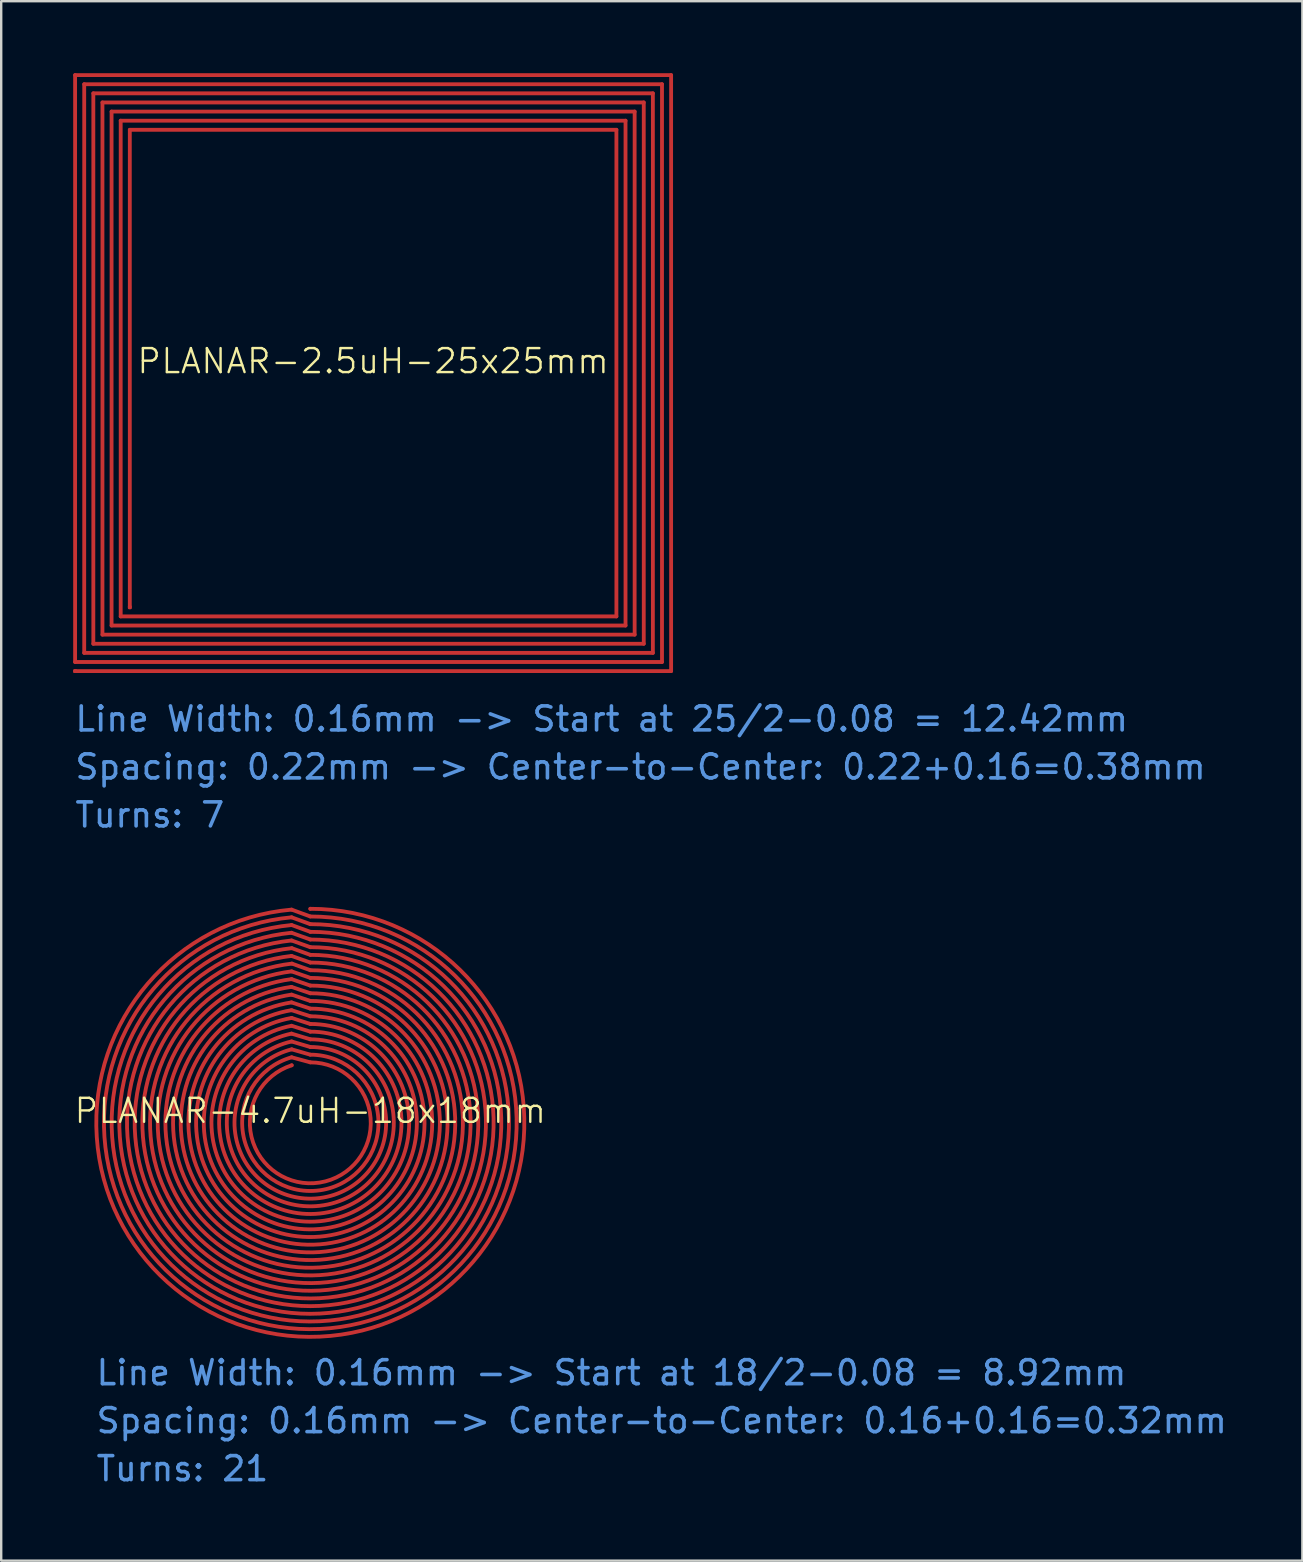
<source format=kicad_pcb>
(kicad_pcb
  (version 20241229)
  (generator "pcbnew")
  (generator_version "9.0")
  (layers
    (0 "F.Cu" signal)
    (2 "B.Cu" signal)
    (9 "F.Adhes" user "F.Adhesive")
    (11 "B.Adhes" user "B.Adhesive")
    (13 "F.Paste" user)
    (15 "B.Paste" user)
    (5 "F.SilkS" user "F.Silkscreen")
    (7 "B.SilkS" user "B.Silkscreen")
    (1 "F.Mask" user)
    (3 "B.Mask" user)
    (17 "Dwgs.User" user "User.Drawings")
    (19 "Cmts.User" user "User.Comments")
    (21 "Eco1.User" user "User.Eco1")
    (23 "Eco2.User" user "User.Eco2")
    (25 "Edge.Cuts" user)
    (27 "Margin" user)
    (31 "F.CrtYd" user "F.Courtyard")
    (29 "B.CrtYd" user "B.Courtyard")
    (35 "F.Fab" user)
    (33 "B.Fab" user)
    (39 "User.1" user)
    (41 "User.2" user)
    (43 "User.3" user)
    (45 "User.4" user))
  (footprint "PLANAR-2.5uH-25x25mm"
    (layer "F.Cu")
    (at 12.5 12.5)
    (property "Reference" "PLANAR-2.5uH-25x25mm" (at 0 -0.5 0) (unlocked yes) (layer "F.SilkS") (effects (font (size 1 1) (thickness 0.1))))
    (attr smd)
    (fp_line (start -12.42 -12.42) (end -12.42 12.04) (stroke (width 0.16) (type default)) (layer "F.Cu"))
    (fp_line (start -12.42 12.04) (end 12.04 12.04) (stroke (width 0.16) (type default)) (layer "F.Cu"))
    (fp_line (start -12.42 12.42) (end 12.42 12.42) (stroke (width 0.16) (type default)) (layer "F.Cu"))
    (fp_line (start -12.04 -12.04) (end -12.04 11.66) (stroke (width 0.16) (type default)) (layer "F.Cu"))
    (fp_line (start -12.04 11.66) (end 11.66 11.66) (stroke (width 0.16) (type default)) (layer "F.Cu"))
    (fp_line (start -11.66 -11.66) (end -11.66 11.28) (stroke (width 0.16) (type default)) (layer "F.Cu"))
    (fp_line (start -11.66 11.28) (end 11.28 11.28) (stroke (width 0.16) (type default)) (layer "F.Cu"))
    (fp_line (start -11.28 -11.28) (end -11.28 10.9) (stroke (width 0.16) (type default)) (layer "F.Cu"))
    (fp_line (start -11.28 10.9) (end 10.9 10.9) (stroke (width 0.16) (type default)) (layer "F.Cu"))
    (fp_line (start -10.9 -10.9) (end -10.9 10.52) (stroke (width 0.16) (type default)) (layer "F.Cu"))
    (fp_line (start -10.9 10.52) (end 10.52 10.52) (stroke (width 0.16) (type default)) (layer "F.Cu"))
    (fp_line (start -10.52 -10.52) (end -10.52 10.14) (stroke (width 0.16) (type default)) (layer "F.Cu"))
    (fp_line (start -10.52 10.14) (end 10.14 10.14) (stroke (width 0.16) (type default)) (layer "F.Cu"))
    (fp_line (start -10.14 -10.14) (end -10.14 9.76) (stroke (width 0.16) (type default)) (layer "F.Cu"))
    (fp_line (start 10.14 -10.14) (end -10.14 -10.14) (stroke (width 0.16) (type default)) (layer "F.Cu"))
    (fp_line (start 10.14 10.14) (end 10.14 -10.14) (stroke (width 0.16) (type default)) (layer "F.Cu"))
    (fp_line (start 10.52 -10.52) (end -10.52 -10.52) (stroke (width 0.16) (type default)) (layer "F.Cu"))
    (fp_line (start 10.52 10.52) (end 10.52 -10.52) (stroke (width 0.16) (type default)) (layer "F.Cu"))
    (fp_line (start 10.9 -10.9) (end -10.9 -10.9) (stroke (width 0.16) (type default)) (layer "F.Cu"))
    (fp_line (start 10.9 10.9) (end 10.9 -10.9) (stroke (width 0.16) (type default)) (layer "F.Cu"))
    (fp_line (start 11.28 -11.28) (end -11.28 -11.28) (stroke (width 0.16) (type default)) (layer "F.Cu"))
    (fp_line (start 11.28 11.28) (end 11.28 -11.28) (stroke (width 0.16) (type default)) (layer "F.Cu"))
    (fp_line (start 11.66 -11.66) (end -11.66 -11.66) (stroke (width 0.16) (type default)) (layer "F.Cu"))
    (fp_line (start 11.66 11.66) (end 11.66 -11.66) (stroke (width 0.16) (type default)) (layer "F.Cu"))
    (fp_line (start 12.04 -12.04) (end -12.04 -12.04) (stroke (width 0.16) (type default)) (layer "F.Cu"))
    (fp_line (start 12.04 12.04) (end 12.04 -12.04) (stroke (width 0.16) (type default)) (layer "F.Cu"))
    (fp_line (start 12.42 -12.42) (end -12.42 -12.42) (stroke (width 0.16) (type default)) (layer "F.Cu"))
    (fp_line (start 12.42 12.42) (end 12.42 -12.42) (stroke (width 0.16) (type default)) (layer "F.Cu"))
    (fp_text user "Line Width: 0.16mm -> Start at 25/2-0.08 = 12.42mm" (at -12.5 15 0) (unlocked yes) (layer "Cmts.User") (effects (font (size 1 1) (thickness 0.15)) (justify left bottom)))
    (fp_text user "Spacing: 0.22mm -> Center-to-Center: 0.22+0.16=0.38mm" (at -12.5 17 0) (unlocked yes) (layer "Cmts.User") (effects (font (size 1 1) (thickness 0.15)) (justify left bottom)))
    (fp_text user "Turns: 7" (at -12.5 19 0) (unlocked yes) (layer "Cmts.User") (effects (font (size 1 1) (thickness 0.15)) (justify left bottom)))
    (pad "1" smd roundrect (at -12.42 12.42) (size 0.16 0.16) (layers "F.Cu" "F.Mask" "F.Paste") (roundrect_rratio 0.25))
    (pad "2" smd roundrect (at -10.14 9.76) (size 0.16 0.16) (layers "F.Cu" "F.Mask" "F.Paste") (roundrect_rratio 0.25)))
  (footprint "PLANAR-4.7uH-18x18mm"
    (layer "F.Cu")
    (at 9.883 43.746)
    (property "Reference" "PLANAR-4.7uH-18x18mm" (at 0 -0.5 0) (unlocked yes) (layer "F.SilkS") (effects (font (size 1 1) (thickness 0.1))))
    (attr smd)
    (fp_line (start -0.788 -5.666) (end 0 -5.4) (stroke (width 0.16) (type default)) (layer "F.Cu"))
    (fp_line (start -0.786 -7.921) (end 0 -7.64) (stroke (width 0.16) (type default)) (layer "F.Cu"))
    (fp_line (start -0.785 -6.956) (end 0 -6.68) (stroke (width 0.16) (type default)) (layer "F.Cu"))
    (fp_line (start -0.784 -3.718) (end 0 -3.48) (stroke (width 0.16) (type default)) (layer "F.Cu"))
    (fp_line (start -0.783 -5.019) (end 0 -4.76) (stroke (width 0.16) (type default)) (layer "F.Cu"))
    (fp_line (start -0.783 -4.695) (end 0 -4.44) (stroke (width 0.16) (type default)) (layer "F.Cu"))
    (fp_line (start -0.782 -7.6) (end 0 -7.32) (stroke (width 0.16) (type default)) (layer "F.Cu"))
    (fp_line (start -0.781 -8.886) (end 0 -8.6) (stroke (width 0.16) (type default)) (layer "F.Cu"))
    (fp_line (start -0.781 -4.045) (end 0 -3.8) (stroke (width 0.16) (type default)) (layer "F.Cu"))
    (fp_line (start -0.78 -5.343) (end 0 -5.08) (stroke (width 0.16) (type default)) (layer "F.Cu"))
    (fp_line (start -0.78 -3.391) (end 0 -3.16) (stroke (width 0.16) (type default)) (layer "F.Cu"))
    (fp_line (start -0.78 -2.731) (end 0 -2.52) (stroke (width 0.16) (type default)) (layer "F.Cu"))
    (fp_line (start -0.78 -5.989) (end 0 -5.72) (stroke (width 0.16) (type default)) (layer "F.Cu"))
    (fp_line (start -0.78 -8.565) (end 0 -8.28) (stroke (width 0.16) (type default)) (layer "F.Cu"))
    (fp_line (start -0.779 -8.243) (end 0 -7.96) (stroke (width 0.16) (type default)) (layer "F.Cu"))
    (fp_line (start -0.779 -6.312) (end 0 -6.04) (stroke (width 0.16) (type default)) (layer "F.Cu"))
    (fp_line (start -0.778 -4.371) (end 0 -4.12) (stroke (width 0.16) (type default)) (layer "F.Cu"))
    (fp_line (start -0.776 -3.063) (end 0 -2.84) (stroke (width 0.16) (type default)) (layer "F.Cu"))
    (fp_line (start -0.772 -7.279) (end 0 -7) (stroke (width 0.16) (type default)) (layer "F.Cu"))
    (fp_line (start -0.767 -6.636) (end 0 -6.36) (stroke (width 0.16) (type default)) (layer "F.Cu"))
    (fp_arc (start 0 -8.92) (mid 0.391067 8.911423) (end -0.781381 -8.88571) (stroke (width 0.16) (type default)) (layer "F.Cu"))
    (fp_arc (start 0 -8.6) (mid 0.39015 8.591145) (end -0.779508 -8.5646) (stroke (width 0.16) (type default)) (layer "F.Cu"))
    (fp_arc (start 0 -8.28) (mid 0.390108 8.270805) (end -0.779361 -8.24324) (stroke (width 0.16) (type default)) (layer "F.Cu"))
    (fp_arc (start 0 -7.96) (mid 0.393513 7.950267) (end -0.786063 -7.921092) (stroke (width 0.16) (type default)) (layer "F.Cu"))
    (fp_arc (start 0 -7.64) (mid 0.391531 7.629961) (end -0.782045 -7.599869) (stroke (width 0.16) (type default)) (layer "F.Cu"))
    (fp_arc (start 0 -7.32) (mid 0.386774 7.309775) (end -0.772479 -7.279126) (stroke (width 0.16) (type default)) (layer "F.Cu"))
    (fp_arc (start 0 -7) (mid 0.393207 6.988948) (end -0.785173 -6.955825) (stroke (width 0.16) (type default)) (layer "F.Cu"))
    (fp_arc (start 0 -6.68) (mid 0.384034 6.668952) (end -0.766809 -6.635843) (stroke (width 0.16) (type default)) (layer "F.Cu"))
    (fp_arc (start 0 -6.36) (mid 0.39023 6.348016) (end -0.779026 -6.31211) (stroke (width 0.16) (type default)) (layer "F.Cu"))
    (fp_arc (start 0 -6.04) (mid 0.390764 6.027346) (end -0.779926 -5.989435) (stroke (width 0.16) (type default)) (layer "F.Cu"))
    (fp_arc (start 0 -5.72) (mid 0.394788 5.706359) (end -0.787717 -5.665502) (stroke (width 0.16) (type default)) (layer "F.Cu"))
    (fp_arc (start 0 -5.4) (mid 0.391269 5.385806) (end -0.780482 -5.343299) (stroke (width 0.16) (type default)) (layer "F.Cu"))
    (fp_arc (start 0 -5.08) (mid 0.39268 5.0648) (end -0.78301 -5.019292) (stroke (width 0.16) (type default)) (layer "F.Cu"))
    (fp_arc (start 0 -4.76) (mid 0.392589 4.743782) (end -0.782539 -4.695237) (stroke (width 0.16) (type default)) (layer "F.Cu"))
    (fp_arc (start 0 -4.44) (mid 0.390717 4.422774) (end -0.778438 -4.37123) (stroke (width 0.16) (type default)) (layer "F.Cu"))
    (fp_arc (start 0 -4.12) (mid 0.392293 4.101281) (end -0.781022 -4.045294) (stroke (width 0.16) (type default)) (layer "F.Cu"))
    (fp_arc (start 0 -3.8) (mid 0.394051 3.779514) (end -0.783853 -3.718276) (stroke (width 0.16) (type default)) (layer "F.Cu"))
    (fp_arc (start 0 -3.48) (mid 0.392667 3.457776) (end -0.780319 -3.391386) (stroke (width 0.16) (type default)) (layer "F.Cu"))
    (fp_arc (start 0 -3.16) (mid 0.390887 3.135731) (end -0.77577 -3.063296) (stroke (width 0.16) (type default)) (layer "F.Cu"))
    (fp_arc (start 0 -2.84) (mid 0.393894 2.812551) (end -0.780209 -2.73073) (stroke (width 0.16) (type default)) (layer "F.Cu"))
    (fp_arc (start 0 -2.52) (mid 0.392769 2.489202) (end -0.775973 -2.397557) (stroke (width 0.16) (type default)) (layer "F.Cu"))
    (fp_text user "Turns: 21" (at -9 15 0) (unlocked yes) (layer "Cmts.User") (effects (font (size 1 1) (thickness 0.15)) (justify left bottom)))
    (fp_text user "Line Width: 0.16mm -> Start at 18/2-0.08 = 8.92mm" (at -9 11 0) (unlocked yes) (layer "Cmts.User") (effects (font (size 1 1) (thickness 0.15)) (justify left bottom)))
    (fp_text user "Spacing: 0.16mm -> Center-to-Center: 0.16+0.16=0.32mm" (at -9 13 0) (unlocked yes) (layer "Cmts.User") (effects (font (size 1 1) (thickness 0.15)) (justify left bottom)))
    (pad "1" smd roundrect (at 0 -8.92) (size 0.16 0.16) (layers "F.Cu" "F.Mask" "F.Paste") (roundrect_rratio 0.5))
    (pad "2" smd roundrect (at -0.776 -2.398) (size 0.16 0.16) (layers "F.Cu" "F.Mask" "F.Paste") (roundrect_rratio 0.5)))
  (gr_rect
    (start -3 -3)
    (end 51.229 61.993)
    (stroke (width 0.1) (type default))
    (fill no)
    (layer "Edge.Cuts")))
</source>
